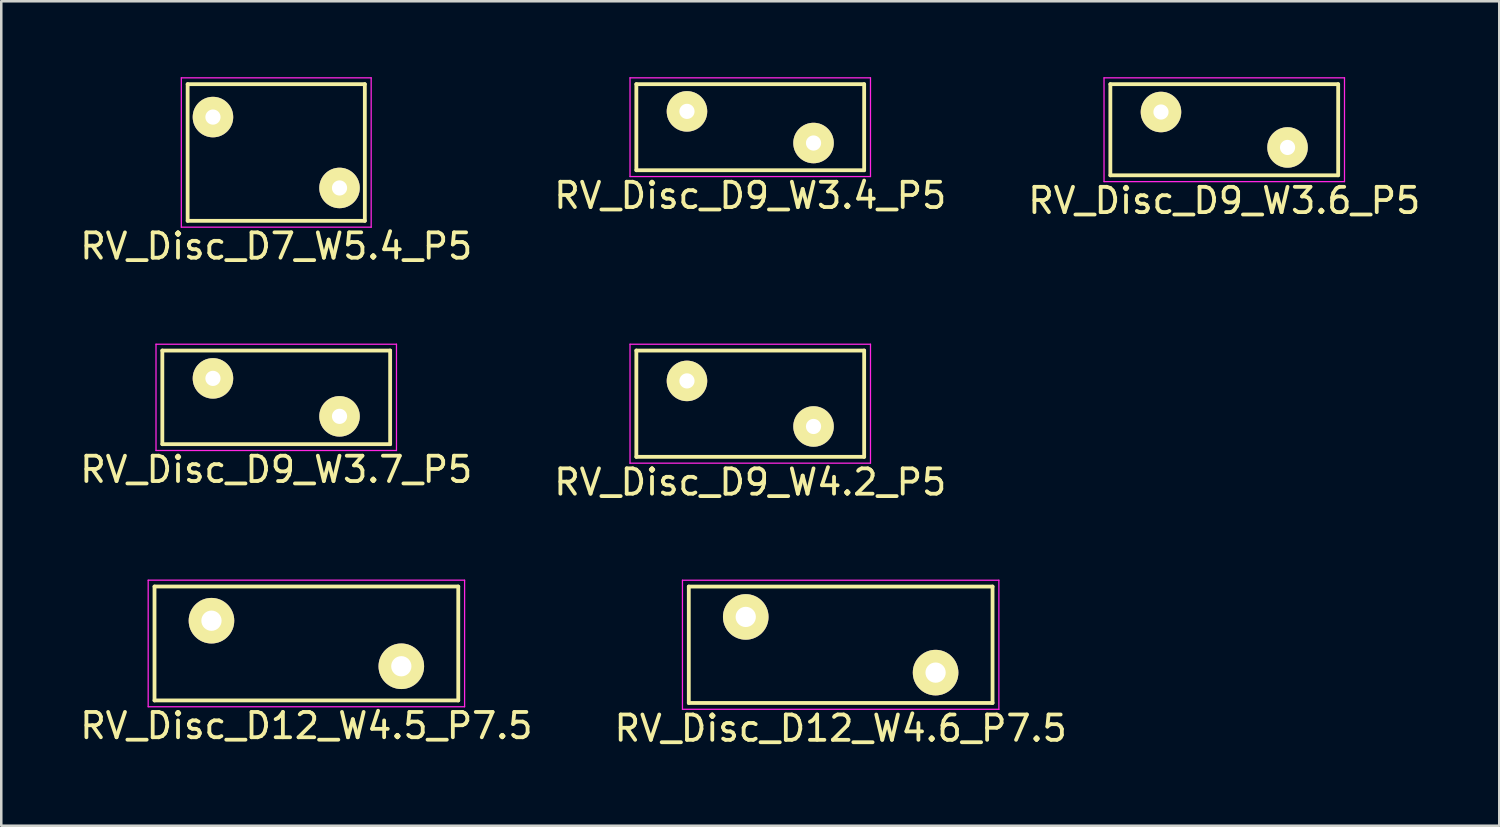
<source format=kicad_pcb>
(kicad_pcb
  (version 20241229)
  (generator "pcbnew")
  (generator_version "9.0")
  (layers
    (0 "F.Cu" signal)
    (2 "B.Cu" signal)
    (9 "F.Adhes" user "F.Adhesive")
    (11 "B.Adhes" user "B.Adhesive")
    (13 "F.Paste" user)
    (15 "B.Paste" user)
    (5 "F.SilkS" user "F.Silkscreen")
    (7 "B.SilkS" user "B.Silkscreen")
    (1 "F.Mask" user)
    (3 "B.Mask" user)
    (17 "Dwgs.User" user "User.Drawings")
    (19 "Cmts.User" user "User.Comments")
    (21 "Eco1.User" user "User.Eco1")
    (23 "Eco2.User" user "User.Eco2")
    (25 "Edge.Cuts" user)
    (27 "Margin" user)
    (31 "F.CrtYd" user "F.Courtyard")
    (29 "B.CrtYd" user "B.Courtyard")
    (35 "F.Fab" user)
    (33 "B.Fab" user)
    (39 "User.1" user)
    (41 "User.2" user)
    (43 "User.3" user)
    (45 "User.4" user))
  (footprint "RV_Disc_D7_W5.4_P5"
    (layer "F.Cu")
    (at 5.363 1.575)
    (property "Reference" "RV_Disc_D7_W5.4_P5" (at 2.5 5.1 0) (layer "F.SilkS") (effects (font (size 1 1) (thickness 0.15))))
    (attr through_hole)
    (fp_line (start -1 -1.3) (end -1 4.1) (stroke (width 0.15) (type solid)) (layer "F.SilkS"))
    (fp_line (start -1 -1.3) (end 6 -1.3) (stroke (width 0.15) (type solid)) (layer "F.SilkS"))
    (fp_line (start -1 4.1) (end 6 4.1) (stroke (width 0.15) (type solid)) (layer "F.SilkS"))
    (fp_line (start 6 -1.3) (end 6 4.1) (stroke (width 0.15) (type solid)) (layer "F.SilkS"))
    (fp_line (start -1.25 -1.55) (end -1.25 4.35) (stroke (width 0.05) (type solid)) (layer "F.CrtYd"))
    (fp_line (start -1.25 -1.55) (end 6.25 -1.55) (stroke (width 0.05) (type solid)) (layer "F.CrtYd"))
    (fp_line (start -1.25 4.35) (end 6.25 4.35) (stroke (width 0.05) (type solid)) (layer "F.CrtYd"))
    (fp_line (start 6.25 -1.55) (end 6.25 4.35) (stroke (width 0.05) (type solid)) (layer "F.CrtYd"))
    (pad "1" thru_hole circle (at 0 0) (size 1.6 1.6) (drill 0.6) (layers "*.Cu" "*.Mask" "F.SilkS"))
    (pad "2" thru_hole circle (at 5 2.8) (size 1.6 1.6) (drill 0.6) (layers "*.Cu" "*.Mask" "F.SilkS")))
  (footprint "RV_Disc_D9_W3.6_P5"
    (layer "F.Cu")
    (at 42.815 1.375)
    (property "Reference" "RV_Disc_D9_W3.6_P5" (at 2.5 3.5 0) (layer "F.SilkS") (effects (font (size 1 1) (thickness 0.15))))
    (attr through_hole)
    (fp_line (start -2 -1.1) (end -2 2.5) (stroke (width 0.15) (type solid)) (layer "F.SilkS"))
    (fp_line (start -2 -1.1) (end 7 -1.1) (stroke (width 0.15) (type solid)) (layer "F.SilkS"))
    (fp_line (start -2 2.5) (end 7 2.5) (stroke (width 0.15) (type solid)) (layer "F.SilkS"))
    (fp_line (start 7 -1.1) (end 7 2.5) (stroke (width 0.15) (type solid)) (layer "F.SilkS"))
    (fp_line (start -2.25 -1.35) (end -2.25 2.75) (stroke (width 0.05) (type solid)) (layer "F.CrtYd"))
    (fp_line (start -2.25 -1.35) (end 7.25 -1.35) (stroke (width 0.05) (type solid)) (layer "F.CrtYd"))
    (fp_line (start -2.25 2.75) (end 7.25 2.75) (stroke (width 0.05) (type solid)) (layer "F.CrtYd"))
    (fp_line (start 7.25 -1.35) (end 7.25 2.75) (stroke (width 0.05) (type solid)) (layer "F.CrtYd"))
    (pad "1" thru_hole circle (at 0 0) (size 1.6 1.6) (drill 0.6) (layers "*.Cu" "*.Mask" "F.SilkS"))
    (pad "2" thru_hole circle (at 5 1.4) (size 1.6 1.6) (drill 0.6) (layers "*.Cu" "*.Mask" "F.SilkS")))
  (footprint "RV_Disc_D9_W3.4_P5"
    (layer "F.Cu")
    (at 24.089 1.35)
    (property "Reference" "RV_Disc_D9_W3.4_P5" (at 2.5 3.325 0) (layer "F.SilkS") (effects (font (size 1 1) (thickness 0.15))))
    (attr through_hole)
    (fp_line (start -2 -1.075) (end -2 2.325) (stroke (width 0.15) (type solid)) (layer "F.SilkS"))
    (fp_line (start -2 -1.075) (end 7 -1.075) (stroke (width 0.15) (type solid)) (layer "F.SilkS"))
    (fp_line (start -2 2.325) (end 7 2.325) (stroke (width 0.15) (type solid)) (layer "F.SilkS"))
    (fp_line (start 7 -1.075) (end 7 2.325) (stroke (width 0.15) (type solid)) (layer "F.SilkS"))
    (fp_line (start -2.25 -1.325) (end -2.25 2.575) (stroke (width 0.05) (type solid)) (layer "F.CrtYd"))
    (fp_line (start -2.25 -1.325) (end 7.25 -1.325) (stroke (width 0.05) (type solid)) (layer "F.CrtYd"))
    (fp_line (start -2.25 2.575) (end 7.25 2.575) (stroke (width 0.05) (type solid)) (layer "F.CrtYd"))
    (fp_line (start 7.25 -1.325) (end 7.25 2.575) (stroke (width 0.05) (type solid)) (layer "F.CrtYd"))
    (pad "1" thru_hole circle (at 0 0) (size 1.6 1.6) (drill 0.6) (layers "*.Cu" "*.Mask" "F.SilkS"))
    (pad "2" thru_hole circle (at 5 1.25) (size 1.6 1.6) (drill 0.6) (layers "*.Cu" "*.Mask" "F.SilkS")))
  (footprint "RV_Disc_D9_W3.7_P5"
    (layer "F.Cu")
    (at 5.363 11.898)
    (property "Reference" "RV_Disc_D9_W3.7_P5" (at 2.5 3.6 0) (layer "F.SilkS") (effects (font (size 1 1) (thickness 0.15))))
    (attr through_hole)
    (fp_line (start -2 -1.1) (end -2 2.6) (stroke (width 0.15) (type solid)) (layer "F.SilkS"))
    (fp_line (start -2 -1.1) (end 7 -1.1) (stroke (width 0.15) (type solid)) (layer "F.SilkS"))
    (fp_line (start -2 2.6) (end 7 2.6) (stroke (width 0.15) (type solid)) (layer "F.SilkS"))
    (fp_line (start 7 -1.1) (end 7 2.6) (stroke (width 0.15) (type solid)) (layer "F.SilkS"))
    (fp_line (start -2.25 -1.35) (end -2.25 2.85) (stroke (width 0.05) (type solid)) (layer "F.CrtYd"))
    (fp_line (start -2.25 -1.35) (end 7.25 -1.35) (stroke (width 0.05) (type solid)) (layer "F.CrtYd"))
    (fp_line (start -2.25 2.85) (end 7.25 2.85) (stroke (width 0.05) (type solid)) (layer "F.CrtYd"))
    (fp_line (start 7.25 -1.35) (end 7.25 2.85) (stroke (width 0.05) (type solid)) (layer "F.CrtYd"))
    (pad "1" thru_hole circle (at 0 0) (size 1.6 1.6) (drill 0.6) (layers "*.Cu" "*.Mask" "F.SilkS"))
    (pad "2" thru_hole circle (at 5 1.5) (size 1.6 1.6) (drill 0.6) (layers "*.Cu" "*.Mask" "F.SilkS")))
  (footprint "RV_Disc_D12_W4.6_P7.5"
    (layer "F.Cu")
    (at 26.411 21.322)
    (property "Reference" "RV_Disc_D12_W4.6_P7.5" (at 3.75 4.4 0) (layer "F.SilkS") (effects (font (size 1 1) (thickness 0.15))))
    (attr through_hole)
    (fp_line (start -2.25 -1.2) (end -2.25 3.4) (stroke (width 0.15) (type solid)) (layer "F.SilkS"))
    (fp_line (start -2.25 -1.2) (end 9.75 -1.2) (stroke (width 0.15) (type solid)) (layer "F.SilkS"))
    (fp_line (start -2.25 3.4) (end 9.75 3.4) (stroke (width 0.15) (type solid)) (layer "F.SilkS"))
    (fp_line (start 9.75 -1.2) (end 9.75 3.4) (stroke (width 0.15) (type solid)) (layer "F.SilkS"))
    (fp_line (start -2.5 -1.45) (end -2.5 3.65) (stroke (width 0.05) (type solid)) (layer "F.CrtYd"))
    (fp_line (start -2.5 -1.45) (end 10 -1.45) (stroke (width 0.05) (type solid)) (layer "F.CrtYd"))
    (fp_line (start -2.5 3.65) (end 10 3.65) (stroke (width 0.05) (type solid)) (layer "F.CrtYd"))
    (fp_line (start 10 -1.45) (end 10 3.65) (stroke (width 0.05) (type solid)) (layer "F.CrtYd"))
    (pad "1" thru_hole circle (at 0 0) (size 1.8 1.8) (drill 0.8) (layers "*.Cu" "*.Mask" "F.SilkS"))
    (pad "2" thru_hole circle (at 7.5 2.2) (size 1.8 1.8) (drill 0.8) (layers "*.Cu" "*.Mask" "F.SilkS")))
  (footprint "RV_Disc_D12_W4.5_P7.5"
    (layer "F.Cu")
    (at 5.304 21.471)
    (property "Reference" "RV_Disc_D12_W4.5_P7.5" (at 3.75 4.15 0) (layer "F.SilkS") (effects (font (size 1 1) (thickness 0.15))))
    (attr through_hole)
    (fp_line (start -2.25 -1.35) (end -2.25 3.15) (stroke (width 0.15) (type solid)) (layer "F.SilkS"))
    (fp_line (start -2.25 -1.35) (end 9.75 -1.35) (stroke (width 0.15) (type solid)) (layer "F.SilkS"))
    (fp_line (start -2.25 3.15) (end 9.75 3.15) (stroke (width 0.15) (type solid)) (layer "F.SilkS"))
    (fp_line (start 9.75 -1.35) (end 9.75 3.15) (stroke (width 0.15) (type solid)) (layer "F.SilkS"))
    (fp_line (start -2.5 -1.6) (end -2.5 3.4) (stroke (width 0.05) (type solid)) (layer "F.CrtYd"))
    (fp_line (start -2.5 -1.6) (end 10 -1.6) (stroke (width 0.05) (type solid)) (layer "F.CrtYd"))
    (fp_line (start -2.5 3.4) (end 10 3.4) (stroke (width 0.05) (type solid)) (layer "F.CrtYd"))
    (fp_line (start 10 -1.6) (end 10 3.4) (stroke (width 0.05) (type solid)) (layer "F.CrtYd"))
    (pad "1" thru_hole circle (at 0 0) (size 1.8 1.8) (drill 0.8) (layers "*.Cu" "*.Mask" "F.SilkS"))
    (pad "2" thru_hole circle (at 7.5 1.8) (size 1.8 1.8) (drill 0.8) (layers "*.Cu" "*.Mask" "F.SilkS")))
  (footprint "RV_Disc_D9_W4.2_P5"
    (layer "F.Cu")
    (at 24.089 11.998)
    (property "Reference" "RV_Disc_D9_W4.2_P5" (at 2.5 4 0) (layer "F.SilkS") (effects (font (size 1 1) (thickness 0.15))))
    (attr through_hole)
    (fp_line (start -2 -1.2) (end -2 3) (stroke (width 0.15) (type solid)) (layer "F.SilkS"))
    (fp_line (start -2 -1.2) (end 7 -1.2) (stroke (width 0.15) (type solid)) (layer "F.SilkS"))
    (fp_line (start -2 3) (end 7 3) (stroke (width 0.15) (type solid)) (layer "F.SilkS"))
    (fp_line (start 7 -1.2) (end 7 3) (stroke (width 0.15) (type solid)) (layer "F.SilkS"))
    (fp_line (start -2.25 -1.45) (end -2.25 3.25) (stroke (width 0.05) (type solid)) (layer "F.CrtYd"))
    (fp_line (start -2.25 -1.45) (end 7.25 -1.45) (stroke (width 0.05) (type solid)) (layer "F.CrtYd"))
    (fp_line (start -2.25 3.25) (end 7.25 3.25) (stroke (width 0.05) (type solid)) (layer "F.CrtYd"))
    (fp_line (start 7.25 -1.45) (end 7.25 3.25) (stroke (width 0.05) (type solid)) (layer "F.CrtYd"))
    (pad "1" thru_hole circle (at 0 0) (size 1.6 1.6) (drill 0.6) (layers "*.Cu" "*.Mask" "F.SilkS"))
    (pad "2" thru_hole circle (at 5 1.8) (size 1.6 1.6) (drill 0.6) (layers "*.Cu" "*.Mask" "F.SilkS")))
  (gr_rect
    (start -3 -3)
    (end 56.179 29.57)
    (stroke (width 0.1) (type default))
    (fill no)
    (layer "Edge.Cuts")))
</source>
